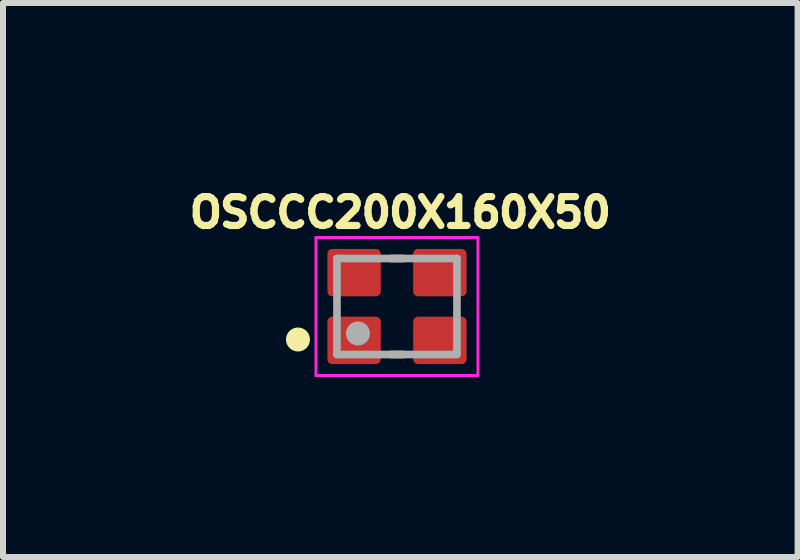
<source format=kicad_pcb>
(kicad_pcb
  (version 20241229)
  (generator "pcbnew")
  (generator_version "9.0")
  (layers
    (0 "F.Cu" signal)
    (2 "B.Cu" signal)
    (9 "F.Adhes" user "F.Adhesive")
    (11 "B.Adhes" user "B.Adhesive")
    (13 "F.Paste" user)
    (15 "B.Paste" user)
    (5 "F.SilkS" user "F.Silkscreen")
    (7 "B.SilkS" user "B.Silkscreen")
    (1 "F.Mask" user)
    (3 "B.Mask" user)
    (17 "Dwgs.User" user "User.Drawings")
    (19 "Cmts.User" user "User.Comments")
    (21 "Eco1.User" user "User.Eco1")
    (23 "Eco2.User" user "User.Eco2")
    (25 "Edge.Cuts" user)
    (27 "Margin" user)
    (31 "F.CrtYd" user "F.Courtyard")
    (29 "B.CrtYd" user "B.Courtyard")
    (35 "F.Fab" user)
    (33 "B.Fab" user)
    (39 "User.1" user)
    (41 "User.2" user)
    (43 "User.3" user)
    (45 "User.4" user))
  (footprint "OSCCC200X160X50"
    (layer "F.Cu")
    (at 3.567 2.059)
    (property "Reference" "OSCCC200X160X50" (at 0.056 -1.567 0) (layer "F.SilkS") (effects (font (size 0.481 0.481) (thickness 0.15))))
    (attr smd)
    (fp_line (start -0.1 -0.8) (end 0.1 -0.8) (stroke (width 0.127) (type solid)) (layer "F.SilkS"))
    (fp_line (start -0.1 0.8) (end 0.1 0.8) (stroke (width 0.127) (type solid)) (layer "F.SilkS"))
    (fp_circle (center -1.65 0.55) (end -1.55 0.55) (stroke (width 0.2) (type solid)) (fill no) (layer "F.SilkS"))
    (fp_line (start -1.35 -1.15) (end -1.35 1.15) (stroke (width 0.05) (type solid)) (layer "F.CrtYd"))
    (fp_line (start -1.35 1.15) (end 1.35 1.15) (stroke (width 0.05) (type solid)) (layer "F.CrtYd"))
    (fp_line (start 1.35 -1.15) (end -1.35 -1.15) (stroke (width 0.05) (type solid)) (layer "F.CrtYd"))
    (fp_line (start 1.35 1.15) (end 1.35 -1.15) (stroke (width 0.05) (type solid)) (layer "F.CrtYd"))
    (fp_line (start -1 -0.8) (end -1 0.8) (stroke (width 0.127) (type solid)) (layer "F.Fab"))
    (fp_line (start -1 0.8) (end 1 0.8) (stroke (width 0.127) (type solid)) (layer "F.Fab"))
    (fp_line (start 1 -0.8) (end -1 -0.8) (stroke (width 0.127) (type solid)) (layer "F.Fab"))
    (fp_line (start 1 0.8) (end 1 -0.8) (stroke (width 0.127) (type solid)) (layer "F.Fab"))
    (fp_circle (center -0.65 0.45) (end -0.55 0.45) (stroke (width 0.2) (type solid)) (fill no) (layer "F.Fab"))
    (pad "1" smd roundrect (at -0.715 0.565) (size 0.89 0.79) (layers "F.Cu" "F.Mask" "F.Paste") (roundrect_rratio 0.1))
    (pad "2" smd roundrect (at 0.715 0.565) (size 0.89 0.79) (layers "F.Cu" "F.Mask" "F.Paste") (roundrect_rratio 0.1))
    (pad "3" smd roundrect (at 0.715 -0.565) (size 0.89 0.79) (layers "F.Cu" "F.Mask" "F.Paste") (roundrect_rratio 0.1))
    (pad "4" smd roundrect (at -0.715 -0.565) (size 0.89 0.79) (layers "F.Cu" "F.Mask" "F.Paste") (roundrect_rratio 0.1)))
  (gr_rect
    (start -3 -3)
    (end 10.245 6.234)
    (stroke (width 0.1) (type default))
    (fill no)
    (layer "Edge.Cuts")))
</source>
